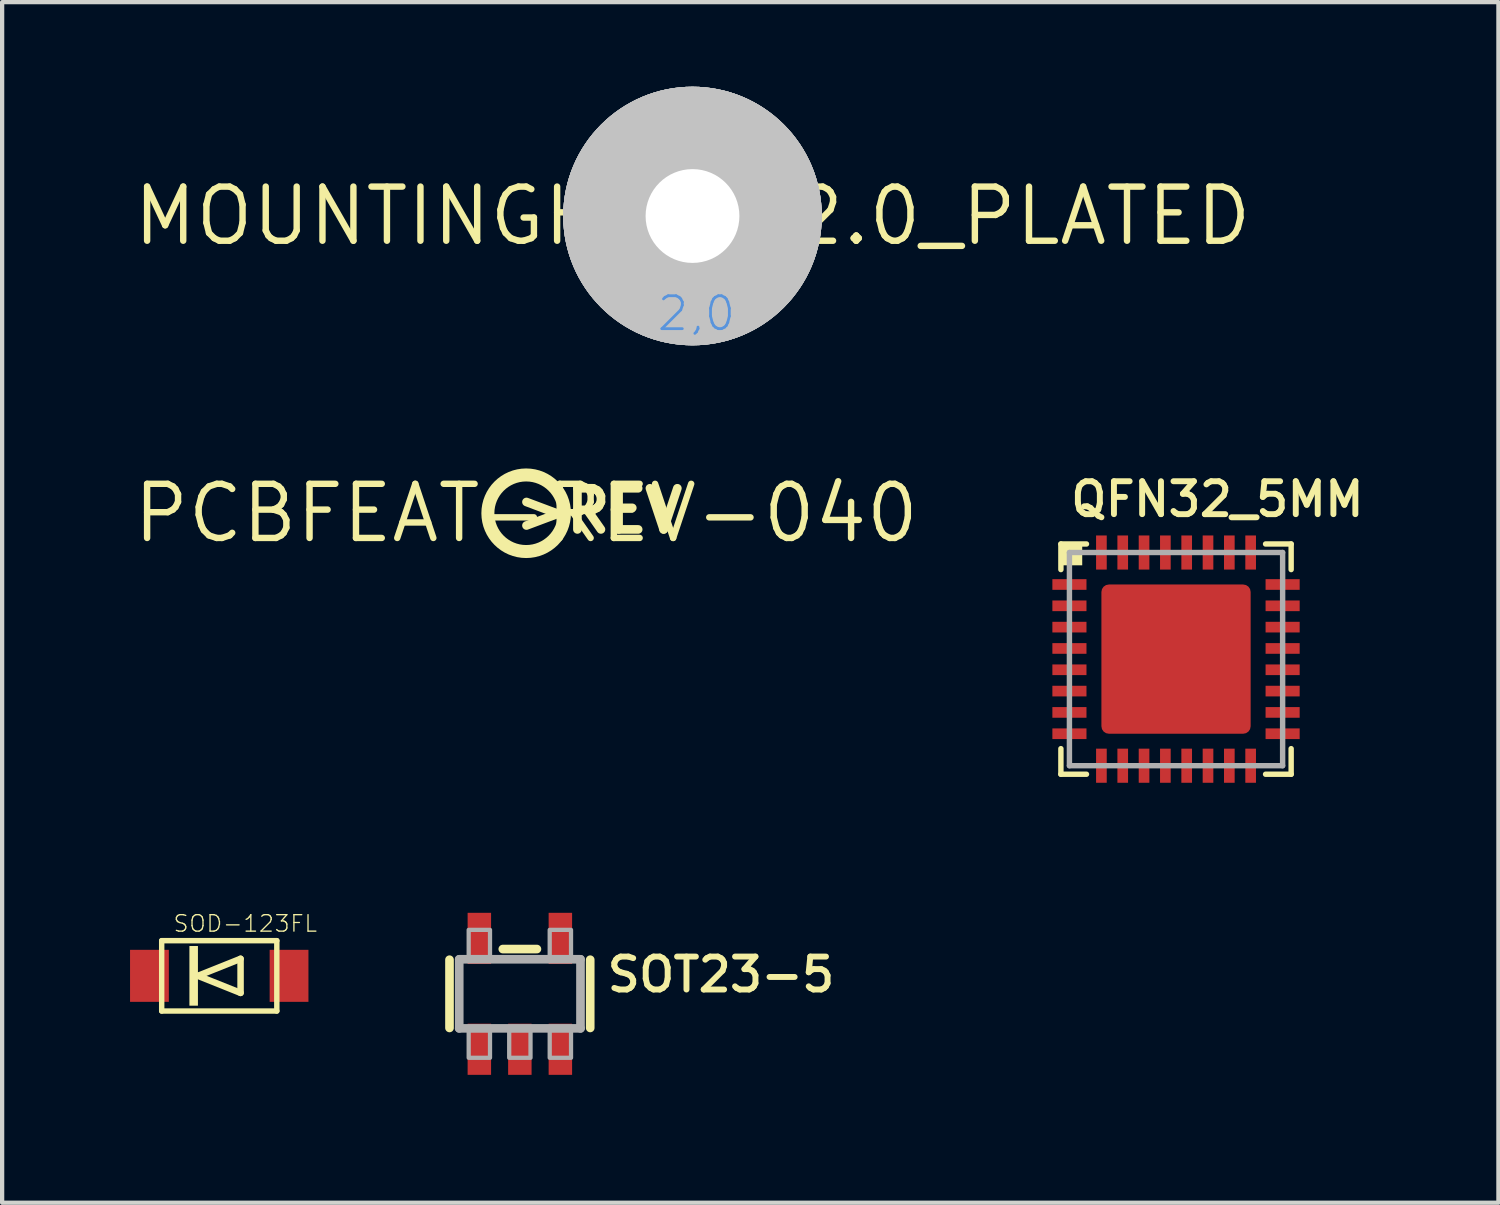
<source format=kicad_pcb>
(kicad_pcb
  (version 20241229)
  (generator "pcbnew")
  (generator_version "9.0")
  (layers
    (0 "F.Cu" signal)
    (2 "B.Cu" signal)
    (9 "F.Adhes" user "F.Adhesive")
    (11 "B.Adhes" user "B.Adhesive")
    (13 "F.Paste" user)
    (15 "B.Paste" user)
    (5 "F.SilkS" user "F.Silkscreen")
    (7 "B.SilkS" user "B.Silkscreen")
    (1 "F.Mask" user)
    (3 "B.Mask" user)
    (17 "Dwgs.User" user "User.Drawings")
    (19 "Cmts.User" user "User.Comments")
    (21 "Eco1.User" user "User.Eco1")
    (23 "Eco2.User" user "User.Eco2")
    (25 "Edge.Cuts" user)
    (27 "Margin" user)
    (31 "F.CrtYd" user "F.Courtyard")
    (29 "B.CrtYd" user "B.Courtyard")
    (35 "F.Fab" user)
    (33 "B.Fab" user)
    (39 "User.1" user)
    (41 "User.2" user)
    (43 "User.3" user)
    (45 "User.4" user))
  (footprint "SOD-123FL"
    (layer "F.Cu")
    (at 2.092 19.836)
    (property "Reference" "SOD-123FL" (at -1.1 -1 180) (layer "F.SilkS") (effects (font (size 0.386 0.386) (thickness 0.031)) (justify left bottom)))
    (attr through_hole)
    (fp_line (start -1.35 -0.825) (end 1.35 -0.825) (stroke (width 0.127) (type solid)) (layer "F.SilkS"))
    (fp_line (start -1.35 0.825) (end -1.35 -0.825) (stroke (width 0.127) (type solid)) (layer "F.SilkS"))
    (fp_line (start -0.5 0) (end 0.5 -0.4) (stroke (width 0.152) (type solid)) (layer "F.SilkS"))
    (fp_line (start 0.5 -0.4) (end 0.5 0.4) (stroke (width 0.152) (type solid)) (layer "F.SilkS"))
    (fp_line (start 0.5 0.4) (end -0.5 0) (stroke (width 0.152) (type solid)) (layer "F.SilkS"))
    (fp_line (start 1.35 -0.825) (end 1.35 0.825) (stroke (width 0.127) (type solid)) (layer "F.SilkS"))
    (fp_line (start 1.35 0.825) (end -1.35 0.825) (stroke (width 0.127) (type solid)) (layer "F.SilkS"))
    (fp_poly (pts (xy -0.7 0.7) (xy -0.5 0.7) (xy -0.5 -0.7) (xy -0.7 -0.7)) (stroke (width 0) (type solid)) (fill yes) (layer "F.SilkS"))
    (pad "A" smd rect (at 1.637 0) (size 0.91 1.22) (layers "F.Cu" "F.Mask" "F.Paste"))
    (pad "C" smd rect (at -1.637 0) (size 0.91 1.22) (layers "F.Cu" "F.Mask" "F.Paste")))
  (footprint "SOT23-5"
    (layer "F.Cu")
    (at 9.142 20.258)
    (property "Reference" "SOT23-5" (at 1.978 0 180) (layer "F.SilkS") (effects (font (size 0.772 0.772) (thickness 0.139)) (justify left bottom)))
    (attr through_hole)
    (fp_line (start -1.65 -0.8) (end -1.65 0.8) (stroke (width 0.203) (type solid)) (layer "F.SilkS"))
    (fp_line (start -0.4 -1.05) (end 0.4 -1.05) (stroke (width 0.203) (type solid)) (layer "F.SilkS"))
    (fp_line (start 1.65 -0.8) (end 1.65 0.8) (stroke (width 0.203) (type solid)) (layer "F.SilkS"))
    (fp_line (start -1.422 -0.81) (end 1.422 -0.81) (stroke (width 0.203) (type solid)) (layer "F.Fab"))
    (fp_line (start -1.422 0.81) (end -1.422 -0.81) (stroke (width 0.203) (type solid)) (layer "F.Fab"))
    (fp_line (start 1.422 -0.81) (end 1.422 0.81) (stroke (width 0.203) (type solid)) (layer "F.Fab"))
    (fp_line (start 1.422 0.81) (end -1.422 0.81) (stroke (width 0.203) (type solid)) (layer "F.Fab"))
    (fp_poly (pts (xy -1.2 -0.85) (xy -0.7 -0.85) (xy -0.7 -1.5) (xy -1.2 -1.5)) (stroke (width 0.1) (type solid)) (fill no) (layer "F.Fab"))
    (fp_poly (pts (xy -1.2 1.5) (xy -0.7 1.5) (xy -0.7 0.85) (xy -1.2 0.85)) (stroke (width 0.1) (type solid)) (fill no) (layer "F.Fab"))
    (fp_poly (pts (xy -0.25 1.5) (xy 0.25 1.5) (xy 0.25 0.85) (xy -0.25 0.85)) (stroke (width 0.1) (type solid)) (fill no) (layer "F.Fab"))
    (fp_poly (pts (xy 0.7 -0.85) (xy 1.2 -0.85) (xy 1.2 -1.5) (xy 0.7 -1.5)) (stroke (width 0.1) (type solid)) (fill no) (layer "F.Fab"))
    (fp_poly (pts (xy 0.7 1.5) (xy 1.2 1.5) (xy 1.2 0.85) (xy 0.7 0.85)) (stroke (width 0.1) (type solid)) (fill no) (layer "F.Fab"))
    (pad "1" smd rect (at -0.95 1.3) (size 0.55 1.2) (layers "F.Cu" "F.Mask" "F.Paste"))
    (pad "2" smd rect (at 0 1.3) (size 0.55 1.2) (layers "F.Cu" "F.Mask" "F.Paste"))
    (pad "3" smd rect (at 0.95 1.3) (size 0.55 1.2) (layers "F.Cu" "F.Mask" "F.Paste"))
    (pad "4" smd rect (at 0.95 -1.3) (size 0.55 1.2) (layers "F.Cu" "F.Mask" "F.Paste"))
    (pad "5" smd rect (at -0.95 -1.3) (size 0.55 1.2) (layers "F.Cu" "F.Mask" "F.Paste")))
  (footprint "MOUNTINGHOLE_2.0_PLATED"
    (layer "F.Cu")
    (at 13.191 2.016)
    (property "Reference" "MOUNTINGHOLE_2.0_PLATED" (at 0 0 0) (layer "F.SilkS") (effects (font (size 1.27 1.27) (thickness 0.15))))
    (attr through_hole)
    (fp_circle (center 0 0) (end 1.8 0) (stroke (width 0.203) (type solid)) (fill no) (layer "F.SilkS"))
    (fp_circle (center 0 0) (end 1 0) (stroke (width 2.032) (type solid)) (fill no) (layer "Dwgs.User"))
    (fp_circle (center 0 0) (end 1 0) (stroke (width 2.032) (type solid)) (fill no) (layer "Dwgs.User"))
    (fp_circle (center 0 0) (end 1 0) (stroke (width 2.032) (type solid)) (fill no) (layer "Dwgs.User"))
    (fp_circle (center 0 0) (end 1 0) (stroke (width 2.032) (type solid)) (fill no) (layer "Dwgs.User"))
    (fp_circle (center 0 0) (end 1 0) (stroke (width 2.032) (type solid)) (fill no) (layer "Dwgs.User"))
    (fp_text user "2,0" (at -0.87 2.74 0) (layer "Cmts.User") (effects (font (size 0.772 0.772) (thickness 0.065)) (justify left bottom)))
    (pad "P$1" thru_hole circle (at 0 0) (size 3 3) (drill 2.2) (layers "*.Cu" "*.Mask")))
  (footprint "PCBFEAT-REV-040"
    (layer "F.Cu")
    (at 9.29 8.987)
    (property "Reference" "PCBFEAT-REV-040" (at 0 0 0) (layer "F.SilkS") (effects (font (size 1.27 1.27) (thickness 0.15))))
    (attr through_hole)
    (fp_circle (center 0 0) (end 0.898 0) (stroke (width 0.305) (type solid)) (fill no) (layer "F.SilkS"))
    (fp_text user ">REV" (at -0.356 0.508 0) (layer "F.SilkS") (effects (font (size 0.965 0.965) (thickness 0.203)) (justify left bottom))))
  (footprint "QFN32_5MM"
    (layer "F.Cu")
    (at 24.531 12.408)
    (property "Reference" "QFN32_5MM" (at -2.54 -3.298 0) (layer "F.SilkS") (effects (font (size 0.772 0.772) (thickness 0.139)) (justify left bottom)))
    (attr through_hole)
    (fp_poly (pts (xy -2.95 -1.575) (xy -2.05 -1.575) (xy -2.05 -1.925) (xy -2.95 -1.925)) (stroke (width 0) (type solid)) (fill yes) (layer "F.Mask"))
    (fp_poly (pts (xy -2.95 -1.075) (xy -2.05 -1.075) (xy -2.05 -1.425) (xy -2.95 -1.425)) (stroke (width 0) (type solid)) (fill yes) (layer "F.Mask"))
    (fp_poly (pts (xy -2.95 -0.575) (xy -2.05 -0.575) (xy -2.05 -0.925) (xy -2.95 -0.925)) (stroke (width 0) (type solid)) (fill yes) (layer "F.Mask"))
    (fp_poly (pts (xy -2.95 -0.075) (xy -2.05 -0.075) (xy -2.05 -0.425) (xy -2.95 -0.425)) (stroke (width 0) (type solid)) (fill yes) (layer "F.Mask"))
    (fp_poly (pts (xy -2.95 0.425) (xy -2.05 0.425) (xy -2.05 0.075) (xy -2.95 0.075)) (stroke (width 0) (type solid)) (fill yes) (layer "F.Mask"))
    (fp_poly (pts (xy -2.95 0.925) (xy -2.05 0.925) (xy -2.05 0.575) (xy -2.95 0.575)) (stroke (width 0) (type solid)) (fill yes) (layer "F.Mask"))
    (fp_poly (pts (xy -2.95 1.425) (xy -2.05 1.425) (xy -2.05 1.075) (xy -2.95 1.075)) (stroke (width 0) (type solid)) (fill yes) (layer "F.Mask"))
    (fp_poly (pts (xy -2.95 1.925) (xy -2.05 1.925) (xy -2.05 1.575) (xy -2.95 1.575)) (stroke (width 0) (type solid)) (fill yes) (layer "F.Mask"))
    (fp_poly (pts (xy -1.925 -2.95) (xy -1.925 -2.05) (xy -1.575 -2.05) (xy -1.575 -2.95)) (stroke (width 0) (type solid)) (fill yes) (layer "F.Mask"))
    (fp_poly (pts (xy -1.575 2.95) (xy -1.575 2.05) (xy -1.925 2.05) (xy -1.925 2.95)) (stroke (width 0) (type solid)) (fill yes) (layer "F.Mask"))
    (fp_poly (pts (xy -1.425 -2.95) (xy -1.425 -2.05) (xy -1.075 -2.05) (xy -1.075 -2.95)) (stroke (width 0) (type solid)) (fill yes) (layer "F.Mask"))
    (fp_poly (pts (xy -1.075 2.95) (xy -1.075 2.05) (xy -1.425 2.05) (xy -1.425 2.95)) (stroke (width 0) (type solid)) (fill yes) (layer "F.Mask"))
    (fp_poly (pts (xy -0.925 -2.95) (xy -0.925 -2.05) (xy -0.575 -2.05) (xy -0.575 -2.95)) (stroke (width 0) (type solid)) (fill yes) (layer "F.Mask"))
    (fp_poly (pts (xy -0.575 2.95) (xy -0.575 2.05) (xy -0.925 2.05) (xy -0.925 2.95)) (stroke (width 0) (type solid)) (fill yes) (layer "F.Mask"))
    (fp_poly (pts (xy -0.425 -2.95) (xy -0.425 -2.05) (xy -0.075 -2.05) (xy -0.075 -2.95)) (stroke (width 0) (type solid)) (fill yes) (layer "F.Mask"))
    (fp_poly (pts (xy -0.075 2.95) (xy -0.075 2.05) (xy -0.425 2.05) (xy -0.425 2.95)) (stroke (width 0) (type solid)) (fill yes) (layer "F.Mask"))
    (fp_poly (pts (xy 0.075 -2.95) (xy 0.075 -2.05) (xy 0.425 -2.05) (xy 0.425 -2.95)) (stroke (width 0) (type solid)) (fill yes) (layer "F.Mask"))
    (fp_poly (pts (xy 0.425 2.95) (xy 0.425 2.05) (xy 0.075 2.05) (xy 0.075 2.95)) (stroke (width 0) (type solid)) (fill yes) (layer "F.Mask"))
    (fp_poly (pts (xy 0.575 -2.95) (xy 0.575 -2.05) (xy 0.925 -2.05) (xy 0.925 -2.95)) (stroke (width 0) (type solid)) (fill yes) (layer "F.Mask"))
    (fp_poly (pts (xy 0.925 2.95) (xy 0.925 2.05) (xy 0.575 2.05) (xy 0.575 2.95)) (stroke (width 0) (type solid)) (fill yes) (layer "F.Mask"))
    (fp_poly (pts (xy 1.075 -2.95) (xy 1.075 -2.05) (xy 1.425 -2.05) (xy 1.425 -2.95)) (stroke (width 0) (type solid)) (fill yes) (layer "F.Mask"))
    (fp_poly (pts (xy 1.425 2.95) (xy 1.425 2.05) (xy 1.075 2.05) (xy 1.075 2.95)) (stroke (width 0) (type solid)) (fill yes) (layer "F.Mask"))
    (fp_poly (pts (xy 1.575 -2.95) (xy 1.575 -2.05) (xy 1.925 -2.05) (xy 1.925 -2.95)) (stroke (width 0) (type solid)) (fill yes) (layer "F.Mask"))
    (fp_poly (pts (xy 1.925 2.95) (xy 1.925 2.05) (xy 1.575 2.05) (xy 1.575 2.95)) (stroke (width 0) (type solid)) (fill yes) (layer "F.Mask"))
    (fp_poly (pts (xy 2.95 -1.925) (xy 2.05 -1.925) (xy 2.05 -1.575) (xy 2.95 -1.575)) (stroke (width 0) (type solid)) (fill yes) (layer "F.Mask"))
    (fp_poly (pts (xy 2.95 -1.425) (xy 2.05 -1.425) (xy 2.05 -1.075) (xy 2.95 -1.075)) (stroke (width 0) (type solid)) (fill yes) (layer "F.Mask"))
    (fp_poly (pts (xy 2.95 -0.925) (xy 2.05 -0.925) (xy 2.05 -0.575) (xy 2.95 -0.575)) (stroke (width 0) (type solid)) (fill yes) (layer "F.Mask"))
    (fp_poly (pts (xy 2.95 -0.425) (xy 2.05 -0.425) (xy 2.05 -0.075) (xy 2.95 -0.075)) (stroke (width 0) (type solid)) (fill yes) (layer "F.Mask"))
    (fp_poly (pts (xy 2.95 0.075) (xy 2.05 0.075) (xy 2.05 0.425) (xy 2.95 0.425)) (stroke (width 0) (type solid)) (fill yes) (layer "F.Mask"))
    (fp_poly (pts (xy 2.95 0.575) (xy 2.05 0.575) (xy 2.05 0.925) (xy 2.95 0.925)) (stroke (width 0) (type solid)) (fill yes) (layer "F.Mask"))
    (fp_poly (pts (xy 2.95 1.075) (xy 2.05 1.075) (xy 2.05 1.425) (xy 2.95 1.425)) (stroke (width 0) (type solid)) (fill yes) (layer "F.Mask"))
    (fp_poly (pts (xy 2.95 1.575) (xy 2.05 1.575) (xy 2.05 1.925) (xy 2.95 1.925)) (stroke (width 0) (type solid)) (fill yes) (layer "F.Mask"))
    (fp_line (start -2.7 -2.7) (end -2.7 -2.1) (stroke (width 0.127) (type solid)) (layer "F.SilkS"))
    (fp_line (start -2.7 2.1) (end -2.7 2.7) (stroke (width 0.127) (type solid)) (layer "F.SilkS"))
    (fp_line (start -2.7 2.7) (end -2.1 2.7) (stroke (width 0.127) (type solid)) (layer "F.SilkS"))
    (fp_line (start -2.1 -2.7) (end -2.7 -2.7) (stroke (width 0.127) (type solid)) (layer "F.SilkS"))
    (fp_line (start 2.1 -2.7) (end 2.7 -2.7) (stroke (width 0.127) (type solid)) (layer "F.SilkS"))
    (fp_line (start 2.7 -2.7) (end 2.7 -2.1) (stroke (width 0.127) (type solid)) (layer "F.SilkS"))
    (fp_line (start 2.7 2.1) (end 2.7 2.7) (stroke (width 0.127) (type solid)) (layer "F.SilkS"))
    (fp_line (start 2.7 2.7) (end 2.1 2.7) (stroke (width 0.127) (type solid)) (layer "F.SilkS"))
    (fp_poly (pts (xy -2.7 -2.2) (xy -2.2 -2.2) (xy -2.2 -2.7) (xy -2.7 -2.7)) (stroke (width 0) (type solid)) (fill yes) (layer "F.SilkS"))
    (fp_poly (pts (xy -1.397 -0.254) (xy -0.254 -0.254) (xy -0.254 -1.397) (xy -1.397 -1.397)) (stroke (width 0) (type solid)) (fill yes) (layer "F.Paste"))
    (fp_poly (pts (xy -1.397 1.397) (xy -0.254 1.397) (xy -0.254 0.254) (xy -1.397 0.254)) (stroke (width 0) (type solid)) (fill yes) (layer "F.Paste"))
    (fp_poly (pts (xy 0.254 -0.254) (xy 1.397 -0.254) (xy 1.397 -1.397) (xy 0.254 -1.397)) (stroke (width 0) (type solid)) (fill yes) (layer "F.Paste"))
    (fp_poly (pts (xy 0.254 1.397) (xy 1.397 1.397) (xy 1.397 0.254) (xy 0.254 0.254)) (stroke (width 0) (type solid)) (fill yes) (layer "F.Paste"))
    (fp_line (start -2.5 -2.5) (end 2.5 -2.5) (stroke (width 0.127) (type solid)) (layer "F.Fab"))
    (fp_line (start -2.5 2.5) (end -2.5 -2.5) (stroke (width 0.127) (type solid)) (layer "F.Fab"))
    (fp_line (start 2.5 -2.5) (end 2.5 2.5) (stroke (width 0.127) (type solid)) (layer "F.Fab"))
    (fp_line (start 2.5 2.5) (end -2.5 2.5) (stroke (width 0.127) (type solid)) (layer "F.Fab"))
    (pad "1" smd rect (at -2.5 -1.75 90) (size 0.25 0.8) (layers "F.Cu" "F.Mask" "F.Paste"))
    (pad "2" smd rect (at -2.5 -1.25 90) (size 0.25 0.8) (layers "F.Cu" "F.Mask" "F.Paste"))
    (pad "3" smd rect (at -2.5 -0.75 90) (size 0.25 0.8) (layers "F.Cu" "F.Mask" "F.Paste"))
    (pad "4" smd rect (at -2.5 -0.25 90) (size 0.25 0.8) (layers "F.Cu" "F.Mask" "F.Paste"))
    (pad "5" smd rect (at -2.5 0.25 90) (size 0.25 0.8) (layers "F.Cu" "F.Mask" "F.Paste"))
    (pad "6" smd rect (at -2.5 0.75 90) (size 0.25 0.8) (layers "F.Cu" "F.Mask" "F.Paste"))
    (pad "7" smd rect (at -2.5 1.25 90) (size 0.25 0.8) (layers "F.Cu" "F.Mask" "F.Paste"))
    (pad "8" smd rect (at -2.5 1.75 90) (size 0.25 0.8) (layers "F.Cu" "F.Mask" "F.Paste"))
    (pad "9" smd rect (at -1.75 2.5 180) (size 0.25 0.8) (layers "F.Cu" "F.Mask" "F.Paste"))
    (pad "10" smd rect (at -1.25 2.5 180) (size 0.25 0.8) (layers "F.Cu" "F.Mask" "F.Paste"))
    (pad "11" smd rect (at -0.75 2.5 180) (size 0.25 0.8) (layers "F.Cu" "F.Mask" "F.Paste"))
    (pad "12" smd rect (at -0.25 2.5 180) (size 0.25 0.8) (layers "F.Cu" "F.Mask" "F.Paste"))
    (pad "13" smd rect (at 0.25 2.5 180) (size 0.25 0.8) (layers "F.Cu" "F.Mask" "F.Paste"))
    (pad "14" smd rect (at 0.75 2.5 180) (size 0.25 0.8) (layers "F.Cu" "F.Mask" "F.Paste"))
    (pad "15" smd rect (at 1.25 2.5 180) (size 0.25 0.8) (layers "F.Cu" "F.Mask" "F.Paste"))
    (pad "16" smd rect (at 1.75 2.5 180) (size 0.25 0.8) (layers "F.Cu" "F.Mask" "F.Paste"))
    (pad "17" smd rect (at 2.5 1.75 270) (size 0.25 0.8) (layers "F.Cu" "F.Mask" "F.Paste"))
    (pad "18" smd rect (at 2.5 1.25 270) (size 0.25 0.8) (layers "F.Cu" "F.Mask" "F.Paste"))
    (pad "19" smd rect (at 2.5 0.75 270) (size 0.25 0.8) (layers "F.Cu" "F.Mask" "F.Paste"))
    (pad "20" smd rect (at 2.5 0.25 270) (size 0.25 0.8) (layers "F.Cu" "F.Mask" "F.Paste"))
    (pad "21" smd rect (at 2.5 -0.25 270) (size 0.25 0.8) (layers "F.Cu" "F.Mask" "F.Paste"))
    (pad "22" smd rect (at 2.5 -0.75 270) (size 0.25 0.8) (layers "F.Cu" "F.Mask" "F.Paste"))
    (pad "23" smd rect (at 2.5 -1.25 270) (size 0.25 0.8) (layers "F.Cu" "F.Mask" "F.Paste"))
    (pad "24" smd rect (at 2.5 -1.75 270) (size 0.25 0.8) (layers "F.Cu" "F.Mask" "F.Paste"))
    (pad "25" smd rect (at 1.75 -2.5) (size 0.25 0.8) (layers "F.Cu" "F.Mask" "F.Paste"))
    (pad "26" smd rect (at 1.25 -2.5) (size 0.25 0.8) (layers "F.Cu" "F.Mask" "F.Paste"))
    (pad "27" smd rect (at 0.75 -2.5) (size 0.25 0.8) (layers "F.Cu" "F.Mask" "F.Paste"))
    (pad "28" smd rect (at 0.25 -2.5) (size 0.25 0.8) (layers "F.Cu" "F.Mask" "F.Paste"))
    (pad "29" smd rect (at -0.25 -2.5) (size 0.25 0.8) (layers "F.Cu" "F.Mask" "F.Paste"))
    (pad "30" smd rect (at -0.75 -2.5) (size 0.25 0.8) (layers "F.Cu" "F.Mask" "F.Paste"))
    (pad "31" smd rect (at -1.25 -2.5) (size 0.25 0.8) (layers "F.Cu" "F.Mask" "F.Paste"))
    (pad "32" smd rect (at -1.75 -2.5) (size 0.25 0.8) (layers "F.Cu" "F.Mask" "F.Paste"))
    (pad "33" smd roundrect (at 0 0) (size 3.5 3.5) (layers "F.Cu" "F.Mask") (roundrect_rratio 0.05)))
  (gr_rect
    (start -3 -3)
    (end 32.092 25.158)
    (stroke (width 0.1) (type default))
    (fill no)
    (layer "Edge.Cuts")))
</source>
